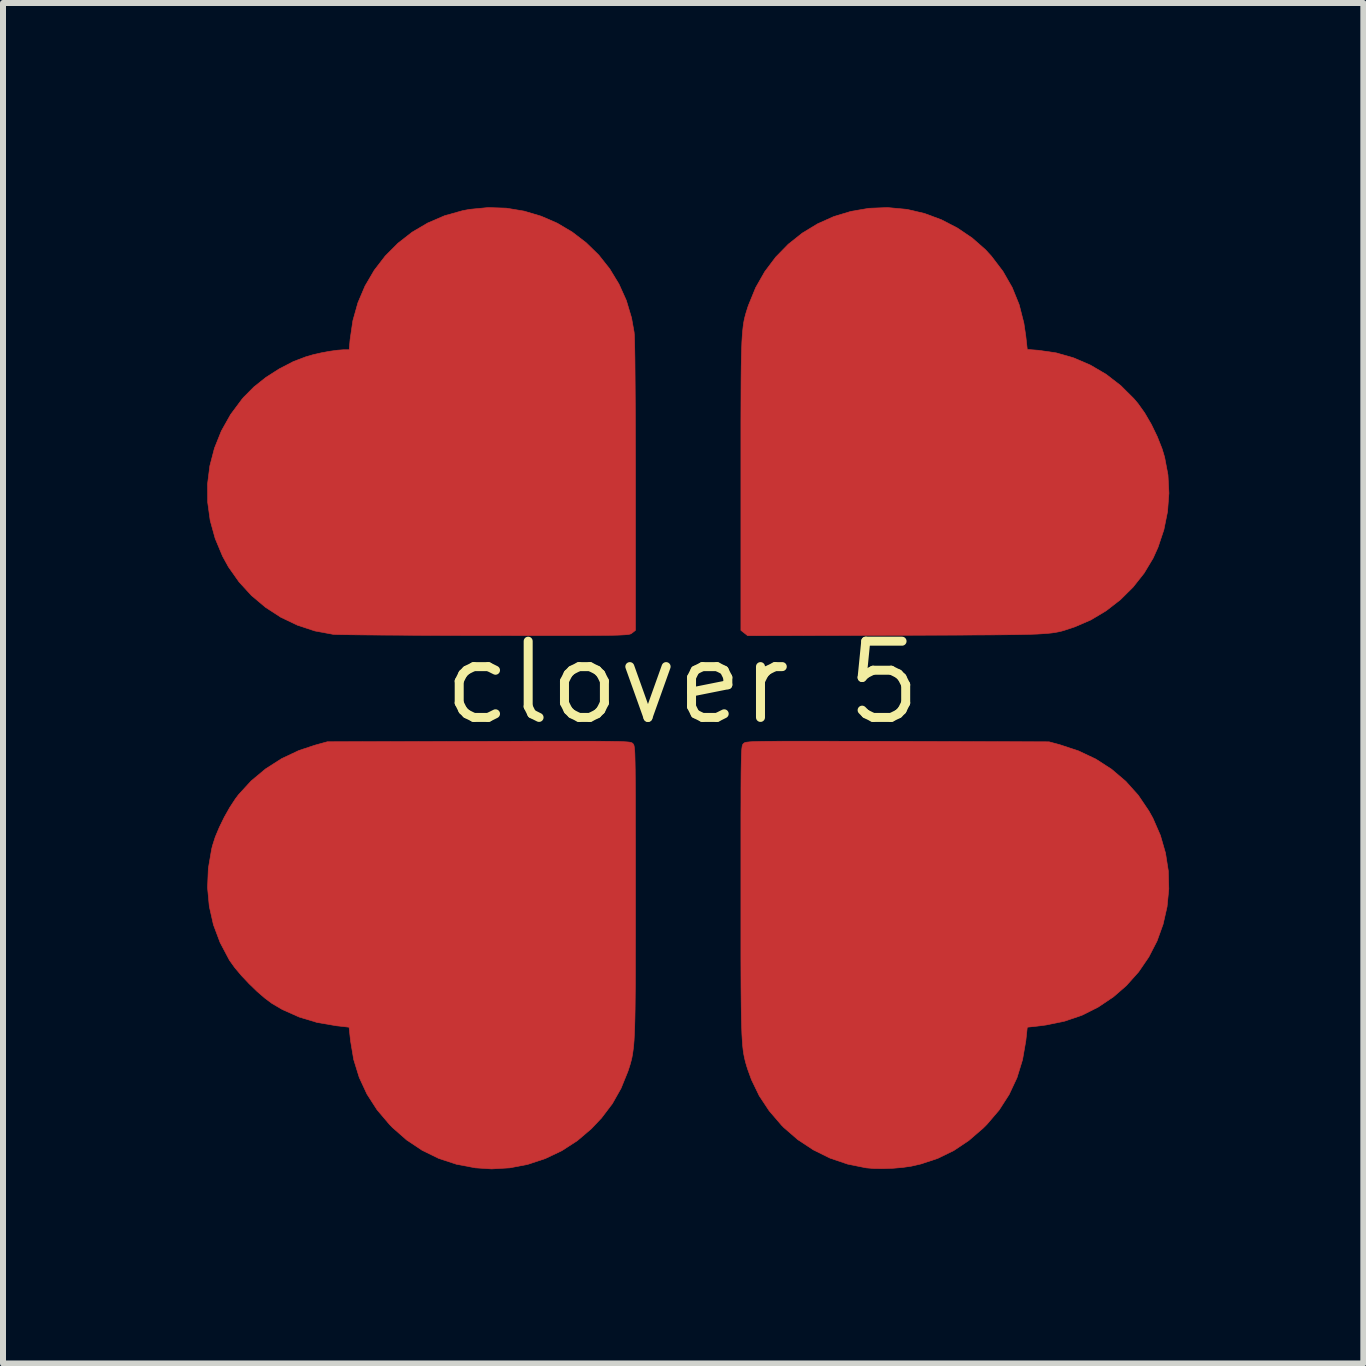
<source format=kicad_pcb>
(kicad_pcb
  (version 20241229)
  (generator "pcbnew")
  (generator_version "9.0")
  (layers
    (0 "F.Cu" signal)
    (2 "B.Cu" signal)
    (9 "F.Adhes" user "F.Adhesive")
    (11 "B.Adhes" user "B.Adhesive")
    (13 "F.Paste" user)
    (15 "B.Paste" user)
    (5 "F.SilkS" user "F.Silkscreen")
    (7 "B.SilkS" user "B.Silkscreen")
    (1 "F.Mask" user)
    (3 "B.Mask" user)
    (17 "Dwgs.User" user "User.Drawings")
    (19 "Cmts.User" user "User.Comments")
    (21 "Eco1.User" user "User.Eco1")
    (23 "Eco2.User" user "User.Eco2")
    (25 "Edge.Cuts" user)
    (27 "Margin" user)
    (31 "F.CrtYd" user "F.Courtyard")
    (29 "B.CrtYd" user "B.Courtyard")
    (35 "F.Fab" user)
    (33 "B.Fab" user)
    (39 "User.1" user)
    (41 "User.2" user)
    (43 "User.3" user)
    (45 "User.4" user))
  (footprint "clover 5"
    (layer "F.Cu")
    (at 8.32 8.323)
    (property "Reference" "clover 5" (at 0 0 0) (layer "F.SilkS") (effects (font (size 1.27 1.27) (thickness 0.15))))
    (attr through_hole)
    (fp_poly (pts (xy 3.73 -7.886) (xy 3.745 -7.884) (xy 4.032 -7.817) (xy 4.313 -7.713) (xy 4.58 -7.575) (xy 4.827 -7.408) (xy 5.048 -7.214) (xy 5.147 -7.106) (xy 5.34 -6.852) (xy 5.494 -6.583) (xy 5.61 -6.297) (xy 5.688 -5.992) (xy 5.72 -5.776) (xy 5.745 -5.551) (xy 5.931 -5.537) (xy 6.227 -5.494) (xy 6.517 -5.411) (xy 6.796 -5.291) (xy 7.06 -5.136) (xy 7.302 -4.949) (xy 7.52 -4.732) (xy 7.588 -4.652) (xy 7.702 -4.492) (xy 7.812 -4.303) (xy 7.91 -4.101) (xy 7.99 -3.899) (xy 8.033 -3.757) (xy 8.089 -3.461) (xy 8.105 -3.157) (xy 8.082 -2.85) (xy 8.021 -2.547) (xy 7.923 -2.254) (xy 7.842 -2.074) (xy 7.692 -1.824) (xy 7.508 -1.591) (xy 7.296 -1.381) (xy 7.059 -1.197) (xy 6.805 -1.045) (xy 6.539 -0.93) (xy 6.51 -0.92) (xy 6.456 -0.902) (xy 6.407 -0.886) (xy 6.361 -0.871) (xy 6.316 -0.858) (xy 6.268 -0.847) (xy 6.216 -0.837) (xy 6.157 -0.828) (xy 6.088 -0.821) (xy 6.007 -0.815) (xy 5.911 -0.809) (xy 5.799 -0.805) (xy 5.667 -0.802) (xy 5.512 -0.799) (xy 5.333 -0.797) (xy 5.128 -0.795) (xy 4.892 -0.794) (xy 4.624 -0.792) (xy 4.322 -0.791) (xy 3.983 -0.79) (xy 3.604 -0.789) (xy 3.565 -0.789) (xy 1.087 -0.782) (xy 0.974 -0.871) (xy 0.974 -3.288) (xy 0.974 -3.675) (xy 0.974 -4.022) (xy 0.974 -4.332) (xy 0.975 -4.607) (xy 0.976 -4.85) (xy 0.977 -5.063) (xy 0.979 -5.249) (xy 0.982 -5.41) (xy 0.986 -5.549) (xy 0.99 -5.668) (xy 0.996 -5.769) (xy 1.003 -5.856) (xy 1.011 -5.931) (xy 1.02 -5.996) (xy 1.031 -6.054) (xy 1.044 -6.106) (xy 1.058 -6.157) (xy 1.074 -6.208) (xy 1.091 -6.262) (xy 1.101 -6.29) (xy 1.22 -6.581) (xy 1.372 -6.848) (xy 1.554 -7.09) (xy 1.763 -7.304) (xy 1.997 -7.49) (xy 2.251 -7.644) (xy 2.523 -7.766) (xy 2.81 -7.852) (xy 3.109 -7.903) (xy 3.417 -7.915) (xy 3.73 -7.886)) (stroke (width 0.01) (type solid)) (fill yes) (layer "F.Cu"))
    (fp_poly (pts (xy -2.934 -7.905) (xy -2.639 -7.856) (xy -2.356 -7.772) (xy -2.086 -7.655) (xy -1.835 -7.506) (xy -1.603 -7.328) (xy -1.394 -7.124) (xy -1.212 -6.894) (xy -1.058 -6.641) (xy -0.935 -6.368) (xy -0.848 -6.077) (xy -0.805 -5.837) (xy -0.801 -5.786) (xy -0.798 -5.693) (xy -0.795 -5.561) (xy -0.792 -5.39) (xy -0.79 -5.181) (xy -0.788 -4.936) (xy -0.786 -4.656) (xy -0.785 -4.342) (xy -0.784 -3.995) (xy -0.783 -3.617) (xy -0.783 -3.267) (xy -0.783 -0.871) (xy -0.839 -0.827) (xy -0.848 -0.82) (xy -0.858 -0.814) (xy -0.872 -0.809) (xy -0.893 -0.804) (xy -0.921 -0.8) (xy -0.961 -0.797) (xy -1.014 -0.794) (xy -1.082 -0.791) (xy -1.168 -0.789) (xy -1.274 -0.788) (xy -1.403 -0.787) (xy -1.557 -0.786) (xy -1.738 -0.785) (xy -1.948 -0.785) (xy -2.191 -0.785) (xy -2.468 -0.785) (xy -2.782 -0.785) (xy -3.134 -0.786) (xy -3.289 -0.786) (xy -3.607 -0.786) (xy -3.915 -0.787) (xy -4.21 -0.788) (xy -4.489 -0.789) (xy -4.75 -0.791) (xy -4.989 -0.792) (xy -5.204 -0.794) (xy -5.392 -0.796) (xy -5.55 -0.798) (xy -5.675 -0.8) (xy -5.764 -0.802) (xy -5.814 -0.804) (xy -5.821 -0.805) (xy -6.124 -0.861) (xy -6.415 -0.957) (xy -6.69 -1.088) (xy -6.946 -1.254) (xy -7.18 -1.451) (xy -7.387 -1.677) (xy -7.564 -1.928) (xy -7.662 -2.106) (xy -7.785 -2.401) (xy -7.868 -2.701) (xy -7.91 -3.006) (xy -7.912 -3.31) (xy -7.874 -3.611) (xy -7.797 -3.906) (xy -7.682 -4.193) (xy -7.528 -4.467) (xy -7.336 -4.725) (xy -7.308 -4.757) (xy -7.139 -4.927) (xy -6.938 -5.087) (xy -6.715 -5.229) (xy -6.483 -5.349) (xy -6.276 -5.428) (xy -6.156 -5.463) (xy -6.02 -5.494) (xy -5.88 -5.52) (xy -5.751 -5.538) (xy -5.647 -5.546) (xy -5.639 -5.546) (xy -5.552 -5.546) (xy -5.537 -5.717) (xy -5.491 -6.03) (xy -5.407 -6.329) (xy -5.288 -6.609) (xy -5.135 -6.87) (xy -4.952 -7.108) (xy -4.741 -7.32) (xy -4.504 -7.505) (xy -4.244 -7.658) (xy -3.963 -7.779) (xy -3.663 -7.863) (xy -3.546 -7.885) (xy -3.237 -7.915) (xy -2.934 -7.905)) (stroke (width 0.01) (type solid)) (fill yes) (layer "F.Cu"))
    (fp_poly (pts (xy 2.339 0.976) (xy 2.611 0.977) (xy 2.919 0.977) (xy 3.266 0.978) (xy 3.583 0.979) (xy 6.107 0.986) (xy 6.283 1.033) (xy 6.598 1.137) (xy 6.888 1.274) (xy 7.151 1.444) (xy 7.387 1.645) (xy 7.594 1.876) (xy 7.771 2.138) (xy 7.838 2.258) (xy 7.963 2.545) (xy 8.048 2.839) (xy 8.095 3.138) (xy 8.103 3.438) (xy 8.074 3.734) (xy 8.008 4.025) (xy 7.907 4.305) (xy 7.77 4.571) (xy 7.6 4.82) (xy 7.396 5.048) (xy 7.181 5.235) (xy 6.925 5.407) (xy 6.656 5.542) (xy 6.368 5.64) (xy 6.058 5.704) (xy 5.962 5.717) (xy 5.745 5.741) (xy 5.721 5.966) (xy 5.666 6.283) (xy 5.574 6.582) (xy 5.443 6.862) (xy 5.276 7.122) (xy 5.071 7.362) (xy 5.013 7.42) (xy 4.772 7.628) (xy 4.521 7.796) (xy 4.255 7.926) (xy 3.971 8.02) (xy 3.81 8.057) (xy 3.67 8.077) (xy 3.509 8.091) (xy 3.343 8.097) (xy 3.187 8.095) (xy 3.059 8.084) (xy 2.753 8.022) (xy 2.458 7.922) (xy 2.179 7.784) (xy 1.92 7.613) (xy 1.687 7.411) (xy 1.651 7.374) (xy 1.445 7.134) (xy 1.279 6.883) (xy 1.15 6.616) (xy 1.088 6.445) (xy 1.071 6.392) (xy 1.056 6.341) (xy 1.043 6.291) (xy 1.031 6.239) (xy 1.02 6.182) (xy 1.011 6.119) (xy 1.003 6.046) (xy 0.997 5.961) (xy 0.991 5.862) (xy 0.987 5.746) (xy 0.983 5.61) (xy 0.98 5.453) (xy 0.978 5.271) (xy 0.976 5.062) (xy 0.975 4.824) (xy 0.974 4.553) (xy 0.974 4.249) (xy 0.974 3.907) (xy 0.974 3.526) (xy 0.974 3.466) (xy 0.974 3.096) (xy 0.974 2.766) (xy 0.974 2.473) (xy 0.974 2.216) (xy 0.975 1.991) (xy 0.975 1.798) (xy 0.976 1.633) (xy 0.977 1.493) (xy 0.979 1.378) (xy 0.981 1.283) (xy 0.983 1.208) (xy 0.986 1.15) (xy 0.989 1.105) (xy 0.993 1.073) (xy 0.997 1.051) (xy 1.002 1.035) (xy 1.008 1.025) (xy 1.014 1.018) (xy 1.017 1.015) (xy 1.024 1.009) (xy 1.032 1.003) (xy 1.045 0.998) (xy 1.064 0.993) (xy 1.091 0.99) (xy 1.13 0.986) (xy 1.181 0.983) (xy 1.248 0.981) (xy 1.333 0.979) (xy 1.438 0.978) (xy 1.564 0.977) (xy 1.716 0.976) (xy 1.894 0.976) (xy 2.101 0.976) (xy 2.339 0.976)) (stroke (width 0.01) (type solid)) (fill yes) (layer "F.Cu"))
    (fp_poly (pts (xy -1.671 0.976) (xy -1.497 0.976) (xy -1.35 0.977) (xy -1.228 0.978) (xy -1.127 0.98) (xy -1.045 0.981) (xy -0.981 0.984) (xy -0.932 0.987) (xy -0.896 0.99) (xy -0.87 0.994) (xy -0.852 0.999) (xy -0.84 1.004) (xy -0.832 1.01) (xy -0.826 1.015) (xy -0.82 1.022) (xy -0.814 1.031) (xy -0.808 1.045) (xy -0.804 1.064) (xy -0.8 1.093) (xy -0.796 1.133) (xy -0.793 1.186) (xy -0.791 1.255) (xy -0.789 1.342) (xy -0.787 1.45) (xy -0.786 1.581) (xy -0.785 1.737) (xy -0.784 1.92) (xy -0.784 2.134) (xy -0.784 2.379) (xy -0.783 2.659) (xy -0.783 2.976) (xy -0.783 3.332) (xy -0.783 3.466) (xy -0.783 3.854) (xy -0.783 4.203) (xy -0.784 4.514) (xy -0.784 4.79) (xy -0.785 5.034) (xy -0.787 5.248) (xy -0.789 5.435) (xy -0.792 5.597) (xy -0.796 5.737) (xy -0.801 5.857) (xy -0.806 5.96) (xy -0.813 6.048) (xy -0.822 6.123) (xy -0.831 6.189) (xy -0.842 6.248) (xy -0.855 6.302) (xy -0.869 6.354) (xy -0.885 6.405) (xy -0.903 6.46) (xy -0.911 6.483) (xy -1.023 6.759) (xy -1.167 7.014) (xy -1.348 7.253) (xy -1.517 7.432) (xy -1.752 7.632) (xy -2.01 7.799) (xy -2.286 7.93) (xy -2.576 8.026) (xy -2.875 8.084) (xy -3.178 8.102) (xy -3.45 8.084) (xy -3.766 8.024) (xy -4.061 7.927) (xy -4.337 7.792) (xy -4.595 7.62) (xy -4.835 7.409) (xy -4.881 7.361) (xy -5.088 7.117) (xy -5.256 6.856) (xy -5.385 6.578) (xy -5.477 6.281) (xy -5.53 5.966) (xy -5.554 5.741) (xy -5.764 5.717) (xy -6.086 5.662) (xy -6.387 5.571) (xy -6.667 5.446) (xy -6.839 5.345) (xy -6.957 5.257) (xy -7.088 5.144) (xy -7.221 5.015) (xy -7.348 4.88) (xy -7.459 4.748) (xy -7.545 4.628) (xy -7.552 4.616) (xy -7.703 4.33) (xy -7.814 4.034) (xy -7.883 3.728) (xy -7.912 3.415) (xy -7.899 3.096) (xy -7.844 2.774) (xy -7.83 2.717) (xy -7.784 2.573) (xy -7.716 2.411) (xy -7.633 2.241) (xy -7.541 2.078) (xy -7.446 1.933) (xy -7.396 1.867) (xy -7.185 1.637) (xy -6.945 1.437) (xy -6.679 1.267) (xy -6.391 1.131) (xy -6.123 1.042) (xy -5.916 0.985) (xy -3.393 0.979) (xy -3.013 0.978) (xy -2.674 0.977) (xy -2.372 0.976) (xy -2.106 0.976) (xy -1.873 0.976) (xy -1.671 0.976)) (stroke (width 0.01) (type solid)) (fill yes) (layer "F.Cu"))
    (fp_poly (pts (xy 5.974 0.575) (xy 6.195 0.614) (xy 6.416 0.671) (xy 6.625 0.744) (xy 6.635 0.748) (xy 6.932 0.892) (xy 7.209 1.071) (xy 7.463 1.281) (xy 7.69 1.519) (xy 7.889 1.782) (xy 8.056 2.067) (xy 8.189 2.369) (xy 8.284 2.686) (xy 8.309 2.805) (xy 8.328 2.954) (xy 8.338 3.131) (xy 8.338 3.323) (xy 8.329 3.518) (xy 8.312 3.703) (xy 8.286 3.866) (xy 8.27 3.937) (xy 8.167 4.248) (xy 8.027 4.542) (xy 7.853 4.817) (xy 7.648 5.069) (xy 7.415 5.296) (xy 7.157 5.496) (xy 6.877 5.665) (xy 6.578 5.8) (xy 6.263 5.899) (xy 6.149 5.924) (xy 5.96 5.963) (xy 5.935 6.119) (xy 5.867 6.42) (xy 5.76 6.71) (xy 5.618 6.985) (xy 5.442 7.244) (xy 5.237 7.483) (xy 5.005 7.699) (xy 4.749 7.889) (xy 4.472 8.05) (xy 4.177 8.18) (xy 3.866 8.275) (xy 3.769 8.297) (xy 3.605 8.321) (xy 3.416 8.335) (xy 3.217 8.338) (xy 3.023 8.329) (xy 2.85 8.31) (xy 2.826 8.306) (xy 2.624 8.264) (xy 2.447 8.215) (xy 2.279 8.153) (xy 2.1 8.073) (xy 2.085 8.065) (xy 1.973 8.007) (xy 1.859 7.942) (xy 1.757 7.879) (xy 1.684 7.828) (xy 1.433 7.612) (xy 1.208 7.366) (xy 1.012 7.095) (xy 0.847 6.805) (xy 0.719 6.5) (xy 0.633 6.203) (xy 0.615 6.105) (xy 0.599 5.975) (xy 0.584 5.824) (xy 0.572 5.662) (xy 0.563 5.499) (xy 0.558 5.345) (xy 0.557 5.211) (xy 0.561 5.106) (xy 0.562 5.091) (xy 0.565 5.046) (xy 0.567 4.963) (xy 0.568 4.845) (xy 0.57 4.695) (xy 0.571 4.516) (xy 0.572 4.314) (xy 0.573 4.09) (xy 0.573 3.849) (xy 0.573 3.595) (xy 0.573 3.33) (xy 0.573 3.265) (xy 0.572 2.991) (xy 0.572 2.721) (xy 0.572 2.46) (xy 0.573 2.211) (xy 0.574 1.979) (xy 0.575 1.768) (xy 0.577 1.582) (xy 0.579 1.425) (xy 0.581 1.302) (xy 0.583 1.217) (xy 0.583 1.212) (xy 0.598 0.836) (xy 0.698 0.738) (xy 0.781 0.668) (xy 0.867 0.618) (xy 0.966 0.586) (xy 1.087 0.568) (xy 1.239 0.563) (xy 1.27 0.563) (xy 1.48 0.564) (xy 1.711 0.565) (xy 1.959 0.566) (xy 2.222 0.566) (xy 2.494 0.567) (xy 2.775 0.567) (xy 3.058 0.568) (xy 3.343 0.568) (xy 3.625 0.568) (xy 3.9 0.567) (xy 4.166 0.567) (xy 4.42 0.566) (xy 4.657 0.566) (xy 4.874 0.565) (xy 5.069 0.564) (xy 5.237 0.563) (xy 5.376 0.562) (xy 5.481 0.561) (xy 5.551 0.559) (xy 5.577 0.558) (xy 5.764 0.556) (xy 5.974 0.575)) (stroke (width 0.01) (type solid)) (fill yes) (layer "F.Mask"))
    (fp_poly (pts (xy -5.095 0.558) (xy -5.038 0.562) (xy -4.985 0.564) (xy -4.893 0.566) (xy -4.767 0.568) (xy -4.609 0.569) (xy -4.424 0.571) (xy -4.214 0.572) (xy -3.985 0.573) (xy -3.739 0.573) (xy -3.48 0.573) (xy -3.212 0.573) (xy -3.14 0.573) (xy -2.866 0.572) (xy -2.599 0.572) (xy -2.341 0.572) (xy -2.096 0.573) (xy -1.87 0.574) (xy -1.665 0.576) (xy -1.485 0.577) (xy -1.336 0.579) (xy -1.219 0.581) (xy -1.141 0.584) (xy -1.13 0.584) (xy -0.818 0.599) (xy -0.736 0.674) (xy -0.664 0.748) (xy -0.61 0.831) (xy -0.571 0.927) (xy -0.547 1.043) (xy -0.535 1.184) (xy -0.535 1.358) (xy -0.539 1.469) (xy -0.541 1.543) (xy -0.543 1.655) (xy -0.545 1.801) (xy -0.546 1.979) (xy -0.547 2.183) (xy -0.548 2.411) (xy -0.548 2.658) (xy -0.548 2.92) (xy -0.548 3.194) (xy -0.547 3.476) (xy -0.547 3.651) (xy -0.545 4.011) (xy -0.544 4.331) (xy -0.543 4.614) (xy -0.542 4.862) (xy -0.542 5.077) (xy -0.542 5.263) (xy -0.542 5.422) (xy -0.542 5.556) (xy -0.543 5.668) (xy -0.544 5.76) (xy -0.545 5.836) (xy -0.547 5.896) (xy -0.549 5.945) (xy -0.552 5.984) (xy -0.555 6.016) (xy -0.559 6.044) (xy -0.563 6.07) (xy -0.568 6.096) (xy -0.57 6.107) (xy -0.651 6.426) (xy -0.771 6.732) (xy -0.927 7.022) (xy -1.119 7.293) (xy -1.343 7.542) (xy -1.597 7.767) (xy -1.88 7.963) (xy -1.937 7.997) (xy -2.162 8.111) (xy -2.419 8.21) (xy -2.623 8.27) (xy -2.763 8.298) (xy -2.932 8.319) (xy -3.119 8.331) (xy -3.311 8.335) (xy -3.495 8.33) (xy -3.66 8.315) (xy -3.709 8.308) (xy -4.012 8.238) (xy -4.305 8.128) (xy -4.586 7.982) (xy -4.851 7.803) (xy -5.096 7.592) (xy -5.318 7.353) (xy -5.513 7.089) (xy -5.677 6.803) (xy -5.703 6.75) (xy -5.77 6.594) (xy -5.83 6.429) (xy -5.878 6.266) (xy -5.91 6.121) (xy -5.919 6.064) (xy -5.932 5.953) (xy -6.058 5.938) (xy -6.21 5.912) (xy -6.383 5.865) (xy -6.563 5.804) (xy -6.735 5.731) (xy -6.743 5.727) (xy -7.027 5.57) (xy -7.291 5.379) (xy -7.532 5.158) (xy -7.746 4.911) (xy -7.932 4.642) (xy -8.085 4.356) (xy -8.202 4.055) (xy -8.281 3.744) (xy -8.286 3.717) (xy -8.315 3.446) (xy -8.315 3.159) (xy -8.286 2.866) (xy -8.23 2.579) (xy -8.149 2.308) (xy -8.072 2.122) (xy -7.915 1.839) (xy -7.723 1.578) (xy -7.5 1.34) (xy -7.247 1.129) (xy -6.97 0.947) (xy -6.67 0.795) (xy -6.351 0.678) (xy -6.223 0.642) (xy -6.107 0.618) (xy -5.96 0.598) (xy -5.79 0.58) (xy -5.608 0.567) (xy -5.425 0.558) (xy -5.251 0.555) (xy -5.095 0.558)) (stroke (width 0.01) (type solid)) (fill yes) (layer "F.Mask"))
    (fp_poly (pts (xy -2.897 -8.298) (xy -2.587 -8.238) (xy -2.288 -8.141) (xy -2.002 -8.009) (xy -1.733 -7.845) (xy -1.483 -7.652) (xy -1.255 -7.432) (xy -1.053 -7.187) (xy -0.879 -6.921) (xy -0.737 -6.635) (xy -0.629 -6.332) (xy -0.57 -6.085) (xy -0.565 -6.058) (xy -0.561 -6.033) (xy -0.557 -6.006) (xy -0.553 -5.976) (xy -0.55 -5.941) (xy -0.548 -5.896) (xy -0.546 -5.841) (xy -0.544 -5.773) (xy -0.543 -5.688) (xy -0.542 -5.585) (xy -0.542 -5.46) (xy -0.542 -5.313) (xy -0.542 -5.139) (xy -0.542 -4.936) (xy -0.543 -4.702) (xy -0.544 -4.435) (xy -0.545 -4.131) (xy -0.546 -3.789) (xy -0.547 -3.63) (xy -0.548 -3.344) (xy -0.548 -3.065) (xy -0.548 -2.795) (xy -0.548 -2.538) (xy -0.548 -2.299) (xy -0.547 -2.081) (xy -0.546 -1.888) (xy -0.544 -1.723) (xy -0.542 -1.59) (xy -0.54 -1.494) (xy -0.539 -1.45) (xy -0.534 -1.253) (xy -0.54 -1.091) (xy -0.559 -0.958) (xy -0.593 -0.849) (xy -0.643 -0.757) (xy -0.71 -0.677) (xy -0.736 -0.653) (xy -0.818 -0.578) (xy -1.133 -0.563) (xy -1.206 -0.56) (xy -1.316 -0.558) (xy -1.461 -0.556) (xy -1.636 -0.554) (xy -1.836 -0.553) (xy -2.059 -0.552) (xy -2.3 -0.551) (xy -2.554 -0.551) (xy -2.818 -0.551) (xy -3.088 -0.551) (xy -3.1 -0.551) (xy -3.371 -0.551) (xy -3.637 -0.551) (xy -3.893 -0.551) (xy -4.137 -0.551) (xy -4.363 -0.55) (xy -4.568 -0.549) (xy -4.747 -0.548) (xy -4.896 -0.547) (xy -5.012 -0.545) (xy -5.089 -0.544) (xy -5.091 -0.544) (xy -5.237 -0.541) (xy -5.398 -0.541) (xy -5.556 -0.543) (xy -5.693 -0.548) (xy -5.715 -0.55) (xy -5.837 -0.559) (xy -5.959 -0.572) (xy -6.068 -0.586) (xy -6.148 -0.601) (xy -6.149 -0.601) (xy -6.486 -0.7) (xy -6.801 -0.833) (xy -7.093 -0.997) (xy -7.358 -1.191) (xy -7.596 -1.413) (xy -7.803 -1.66) (xy -7.979 -1.931) (xy -8.121 -2.224) (xy -8.226 -2.537) (xy -8.248 -2.622) (xy -8.281 -2.8) (xy -8.304 -2.998) (xy -8.315 -3.204) (xy -8.315 -3.404) (xy -8.303 -3.586) (xy -8.288 -3.694) (xy -8.207 -4.014) (xy -8.087 -4.327) (xy -7.929 -4.627) (xy -7.797 -4.829) (xy -7.694 -4.958) (xy -7.567 -5.097) (xy -7.426 -5.236) (xy -7.282 -5.365) (xy -7.146 -5.472) (xy -7.103 -5.502) (xy -6.906 -5.622) (xy -6.694 -5.727) (xy -6.476 -5.814) (xy -6.265 -5.879) (xy -6.07 -5.916) (xy -6.058 -5.917) (xy -5.932 -5.932) (xy -5.919 -6.043) (xy -5.885 -6.22) (xy -5.826 -6.418) (xy -5.746 -6.625) (xy -5.648 -6.833) (xy -5.537 -7.032) (xy -5.44 -7.18) (xy -5.331 -7.318) (xy -5.198 -7.465) (xy -5.052 -7.61) (xy -4.903 -7.743) (xy -4.762 -7.852) (xy -4.733 -7.873) (xy -4.46 -8.035) (xy -4.179 -8.159) (xy -3.885 -8.247) (xy -3.572 -8.3) (xy -3.237 -8.318) (xy -3.215 -8.318) (xy -2.897 -8.298)) (stroke (width 0.01) (type solid)) (fill yes) (layer "F.Mask"))
    (fp_poly (pts (xy 3.667 -8.294) (xy 3.769 -8.276) (xy 4.088 -8.19) (xy 4.394 -8.068) (xy 4.682 -7.911) (xy 4.95 -7.724) (xy 5.193 -7.508) (xy 5.41 -7.266) (xy 5.595 -7.002) (xy 5.746 -6.719) (xy 5.797 -6.597) (xy 5.844 -6.466) (xy 5.885 -6.331) (xy 5.918 -6.201) (xy 5.94 -6.087) (xy 5.948 -6.002) (xy 5.948 -6.001) (xy 5.957 -5.958) (xy 5.974 -5.939) (xy 6.005 -5.932) (xy 6.067 -5.918) (xy 6.15 -5.9) (xy 6.207 -5.888) (xy 6.519 -5.8) (xy 6.818 -5.674) (xy 7.099 -5.514) (xy 7.36 -5.321) (xy 7.598 -5.1) (xy 7.809 -4.854) (xy 7.99 -4.585) (xy 8.138 -4.296) (xy 8.249 -3.991) (xy 8.27 -3.916) (xy 8.291 -3.827) (xy 8.307 -3.741) (xy 8.318 -3.647) (xy 8.326 -3.534) (xy 8.332 -3.392) (xy 8.334 -3.344) (xy 8.336 -3.143) (xy 8.331 -2.971) (xy 8.315 -2.818) (xy 8.287 -2.671) (xy 8.247 -2.518) (xy 8.212 -2.409) (xy 8.091 -2.11) (xy 7.933 -1.828) (xy 7.743 -1.563) (xy 7.523 -1.322) (xy 7.278 -1.107) (xy 7.012 -0.921) (xy 6.728 -0.77) (xy 6.441 -0.659) (xy 6.381 -0.641) (xy 6.326 -0.624) (xy 6.274 -0.61) (xy 6.221 -0.597) (xy 6.164 -0.586) (xy 6.1 -0.577) (xy 6.027 -0.57) (xy 5.942 -0.563) (xy 5.842 -0.559) (xy 5.724 -0.555) (xy 5.584 -0.553) (xy 5.421 -0.551) (xy 5.231 -0.55) (xy 5.012 -0.55) (xy 4.759 -0.55) (xy 4.472 -0.551) (xy 4.146 -0.552) (xy 4.011 -0.553) (xy 3.724 -0.554) (xy 3.446 -0.555) (xy 3.182 -0.556) (xy 2.933 -0.557) (xy 2.704 -0.557) (xy 2.497 -0.558) (xy 2.316 -0.559) (xy 2.165 -0.559) (xy 2.045 -0.559) (xy 1.962 -0.56) (xy 1.917 -0.56) (xy 1.916 -0.56) (xy 1.841 -0.559) (xy 1.736 -0.556) (xy 1.613 -0.552) (xy 1.482 -0.546) (xy 1.429 -0.544) (xy 1.29 -0.539) (xy 1.184 -0.537) (xy 1.104 -0.54) (xy 1.041 -0.547) (xy 0.986 -0.558) (xy 0.975 -0.561) (xy 0.835 -0.614) (xy 0.723 -0.687) (xy 0.661 -0.749) (xy 0.638 -0.776) (xy 0.622 -0.801) (xy 0.61 -0.832) (xy 0.602 -0.877) (xy 0.596 -0.941) (xy 0.591 -1.032) (xy 0.585 -1.156) (xy 0.584 -1.188) (xy 0.582 -1.261) (xy 0.58 -1.373) (xy 0.578 -1.52) (xy 0.576 -1.697) (xy 0.574 -1.9) (xy 0.572 -2.127) (xy 0.571 -2.372) (xy 0.569 -2.632) (xy 0.568 -2.903) (xy 0.567 -3.182) (xy 0.566 -3.463) (xy 0.566 -3.744) (xy 0.565 -4.02) (xy 0.565 -4.288) (xy 0.565 -4.543) (xy 0.565 -4.782) (xy 0.566 -5) (xy 0.567 -5.195) (xy 0.568 -5.361) (xy 0.569 -5.44) (xy 0.573 -5.612) (xy 0.581 -5.775) (xy 0.592 -5.917) (xy 0.606 -6.028) (xy 0.606 -6.032) (xy 0.682 -6.358) (xy 0.796 -6.672) (xy 0.947 -6.97) (xy 1.132 -7.25) (xy 1.349 -7.506) (xy 1.596 -7.736) (xy 1.806 -7.893) (xy 1.907 -7.955) (xy 2.035 -8.022) (xy 2.177 -8.089) (xy 2.317 -8.148) (xy 2.443 -8.194) (xy 2.498 -8.211) (xy 2.797 -8.276) (xy 3.098 -8.312) (xy 3.391 -8.318) (xy 3.667 -8.294)) (stroke (width 0.01) (type solid)) (fill yes) (layer "F.Mask")))
  (gr_rect
    (start -3 -3)
    (end 19.664 19.666)
    (stroke (width 0.1) (type default))
    (fill no)
    (layer "Edge.Cuts")))
</source>
